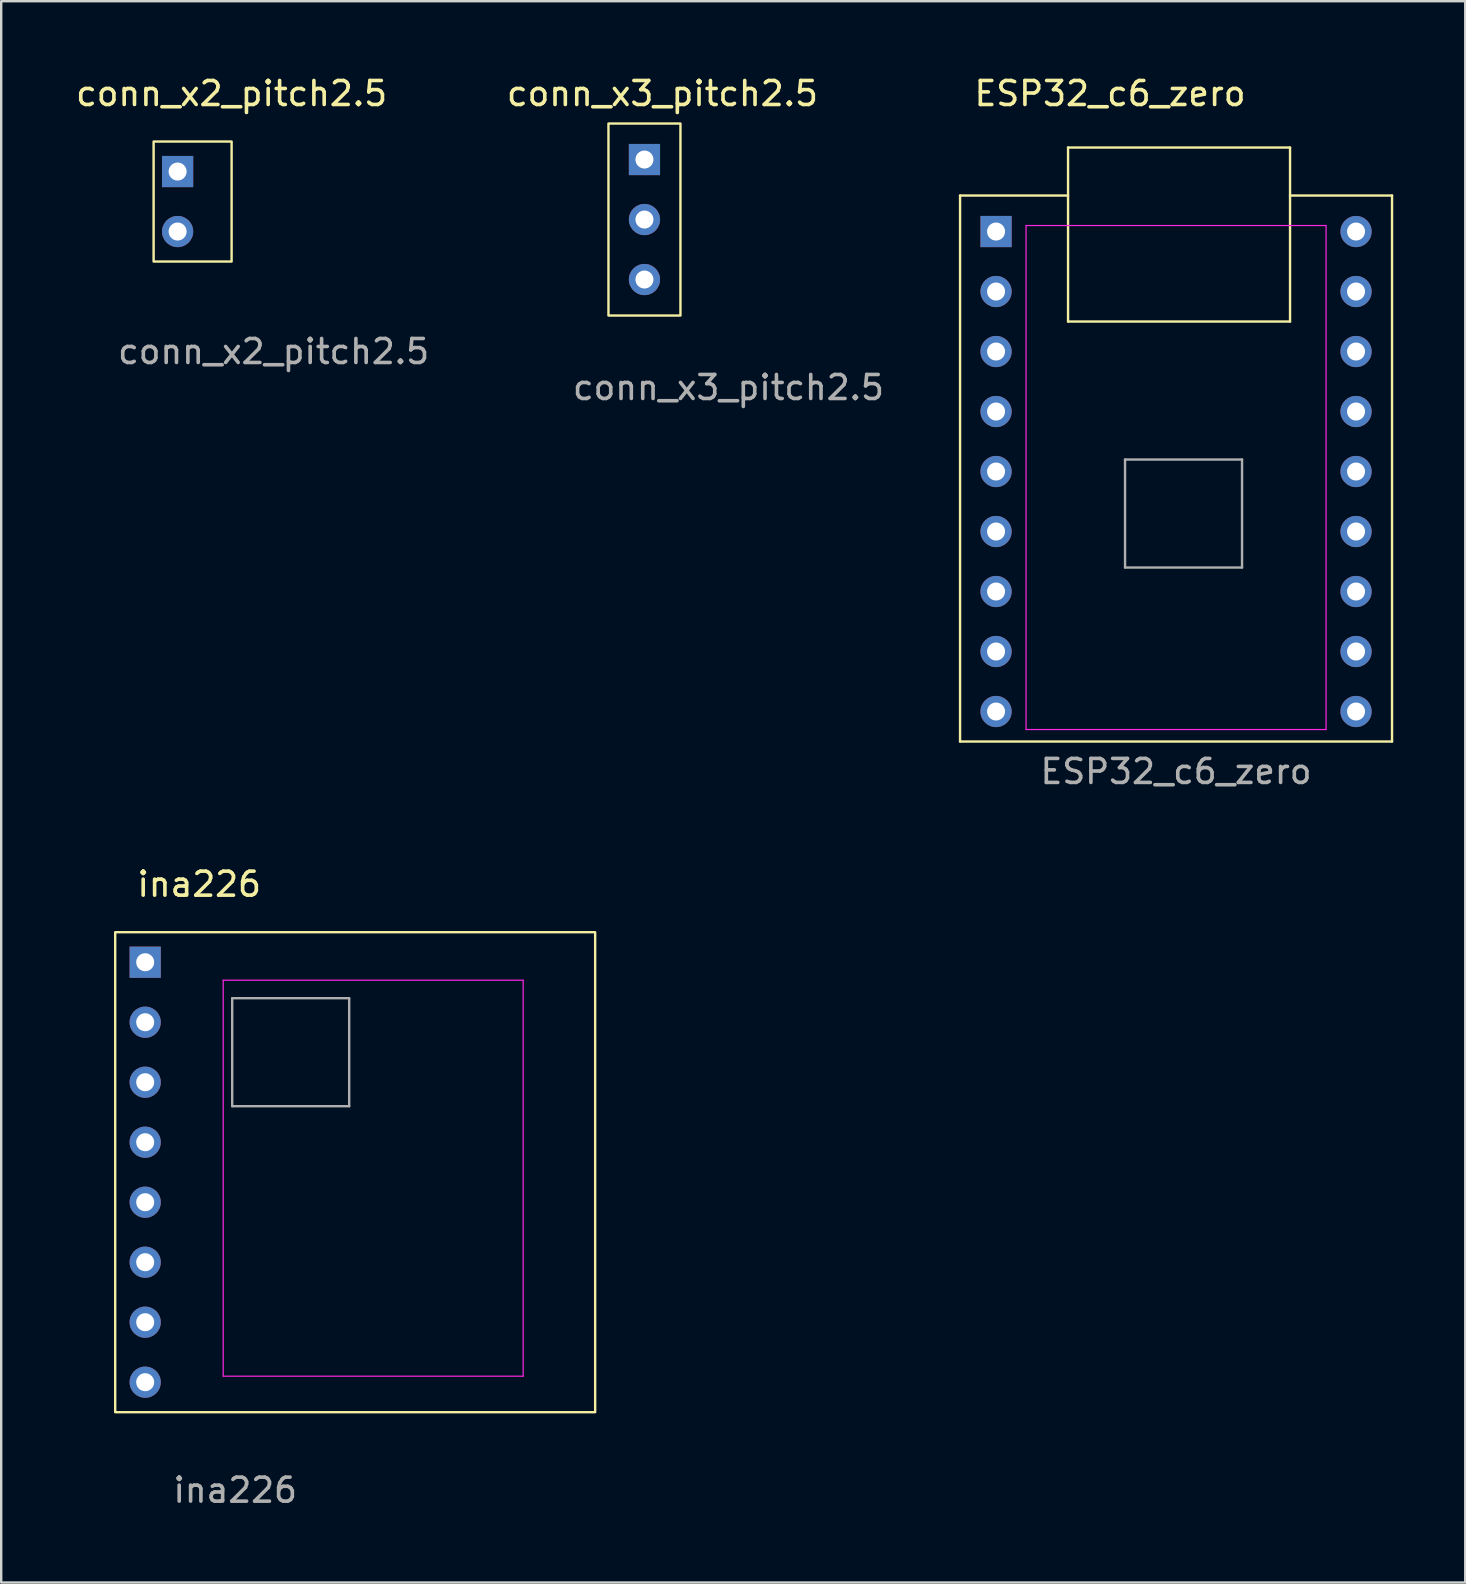
<source format=kicad_pcb>
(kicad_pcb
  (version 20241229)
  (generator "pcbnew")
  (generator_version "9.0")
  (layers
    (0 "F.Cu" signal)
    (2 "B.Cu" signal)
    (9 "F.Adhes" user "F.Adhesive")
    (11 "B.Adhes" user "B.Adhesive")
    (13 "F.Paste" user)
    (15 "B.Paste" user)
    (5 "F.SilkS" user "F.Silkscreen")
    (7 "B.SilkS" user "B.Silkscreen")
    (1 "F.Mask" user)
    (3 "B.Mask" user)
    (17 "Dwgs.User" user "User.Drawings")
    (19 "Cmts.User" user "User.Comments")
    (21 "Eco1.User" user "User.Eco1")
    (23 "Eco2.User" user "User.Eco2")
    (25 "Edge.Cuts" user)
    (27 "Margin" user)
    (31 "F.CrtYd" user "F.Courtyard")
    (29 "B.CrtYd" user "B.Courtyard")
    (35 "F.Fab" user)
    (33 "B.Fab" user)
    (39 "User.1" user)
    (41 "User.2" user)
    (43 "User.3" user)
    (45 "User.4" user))
  (footprint "conn_x2_pitch2.5"
    (layer "F.Cu")
    (at 2.601 8.848)
    (property "Reference" "conn_x2_pitch2.5" (at 4 -8 0) (layer "F.SilkS") (effects (font (size 1 1) (thickness 0.15))))
    (attr through_hole)
    (fp_rect (start 0.75 -6) (end 4 -1) (stroke (width 0.1) (type default)) (fill no) (layer "F.SilkS"))
    (fp_text user "${REFERENCE}" (at 5.75 2.75 0) (layer "F.Fab") (effects (font (size 1 1) (thickness 0.15))))
    (pad "1" thru_hole rect (at 1.75 -4.75) (size 1.3 1.3) (drill 0.75) (layers "*.Cu" "*.Mask"))
    (pad "2" thru_hole circle (at 1.75 -2.25) (size 1.3 1.3) (drill 0.75) (layers "*.Cu" "*.Mask")))
  (footprint "ina226"
    (layer "F.Cu")
    (at 0.25 46.045)
    (property "Reference" "ina226" (at 5 -12.25 0) (layer "F.SilkS") (effects (font (size 1 1) (thickness 0.15))))
    (attr through_hole)
    (fp_rect (start 1.5 -10.25) (end 21.5 9.75) (stroke (width 0.1) (type default)) (fill no) (layer "F.SilkS"))
    (fp_line (start 6 -8.25) (end 6 8.25) (stroke (width 0.05) (type solid)) (layer "F.CrtYd"))
    (fp_line (start 6 -8.25) (end 18.5 -8.25) (stroke (width 0.05) (type solid)) (layer "F.CrtYd"))
    (fp_line (start 18.5 -8.25) (end 18.5 8.25) (stroke (width 0.05) (type solid)) (layer "F.CrtYd"))
    (fp_line (start 18.5 8.25) (end 6 8.25) (stroke (width 0.05) (type solid)) (layer "F.CrtYd"))
    (fp_line (start 6.375 -7.5) (end 6.375 -3) (stroke (width 0.1) (type default)) (layer "F.Fab"))
    (fp_line (start 6.375 -3) (end 11.25 -3) (stroke (width 0.1) (type default)) (layer "F.Fab"))
    (fp_line (start 11.25 -7.5) (end 6.375 -7.5) (stroke (width 0.1) (type default)) (layer "F.Fab"))
    (fp_line (start 11.25 -3) (end 11.25 -7.5) (stroke (width 0.1) (type default)) (layer "F.Fab"))
    (fp_text user "${REFERENCE}" (at 6.5 13 0) (layer "F.Fab") (effects (font (size 1 1) (thickness 0.15))))
    (pad "1" thru_hole rect (at 2.75 -9) (size 1.3 1.3) (drill 0.75) (layers "*.Cu" "*.Mask"))
    (pad "2" thru_hole circle (at 2.75 -6.5) (size 1.3 1.3) (drill 0.75) (layers "*.Cu" "*.Mask"))
    (pad "3" thru_hole circle (at 2.75 -4) (size 1.3 1.3) (drill 0.75) (layers "*.Cu" "*.Mask"))
    (pad "4" thru_hole circle (at 2.75 -1.5) (size 1.3 1.3) (drill 0.75) (layers "*.Cu" "*.Mask"))
    (pad "5" thru_hole circle (at 2.75 1) (size 1.3 1.3) (drill 0.75) (layers "*.Cu" "*.Mask"))
    (pad "6" thru_hole circle (at 2.75 3.5) (size 1.3 1.3) (drill 0.75) (layers "*.Cu" "*.Mask"))
    (pad "7" thru_hole circle (at 2.75 6) (size 1.3 1.3) (drill 0.75) (layers "*.Cu" "*.Mask"))
    (pad "8" thru_hole circle (at 2.75 8.5) (size 1.3 1.3) (drill 0.75) (layers "*.Cu" "*.Mask")))
  (footprint "ESP32_c6_zero"
    (layer "F.Cu")
    (at 40.955 14.098)
    (property "Reference" "ESP32_c6_zero" (at 2.25 -13.25 0) (layer "F.SilkS") (effects (font (size 1 1) (thickness 0.15))))
    (attr through_hole)
    (fp_line (start -4 -9) (end 0.5 -9) (stroke (width 0.1) (type default)) (layer "F.SilkS"))
    (fp_line (start -4 13.75) (end -4 -9) (stroke (width 0.1) (type default)) (layer "F.SilkS"))
    (fp_line (start 0.5 -11) (end 9.75 -11) (stroke (width 0.1) (type default)) (layer "F.SilkS"))
    (fp_line (start 0.5 -3.75) (end 0.5 -11) (stroke (width 0.1) (type default)) (layer "F.SilkS"))
    (fp_line (start 9.75 -11) (end 9.75 -3.75) (stroke (width 0.1) (type default)) (layer "F.SilkS"))
    (fp_line (start 9.75 -9) (end 14 -9) (stroke (width 0.1) (type default)) (layer "F.SilkS"))
    (fp_line (start 9.75 -3.75) (end 0.5 -3.75) (stroke (width 0.1) (type default)) (layer "F.SilkS"))
    (fp_line (start 14 -9) (end 14 13.75) (stroke (width 0.1) (type default)) (layer "F.SilkS"))
    (fp_line (start 14 13.75) (end -4 13.75) (stroke (width 0.1) (type default)) (layer "F.SilkS"))
    (fp_line (start -1.25 -7.75) (end -1.25 13.25) (stroke (width 0.05) (type solid)) (layer "F.CrtYd"))
    (fp_line (start -1.25 -7.75) (end 11.25 -7.75) (stroke (width 0.05) (type solid)) (layer "F.CrtYd"))
    (fp_line (start 11.25 -7.75) (end 11.25 13.25) (stroke (width 0.05) (type solid)) (layer "F.CrtYd"))
    (fp_line (start 11.25 13.25) (end -1.25 13.25) (stroke (width 0.05) (type solid)) (layer "F.CrtYd"))
    (fp_line (start 2.875 2) (end 2.875 6.5) (stroke (width 0.1) (type default)) (layer "F.Fab"))
    (fp_line (start 2.875 6.5) (end 7.75 6.5) (stroke (width 0.1) (type default)) (layer "F.Fab"))
    (fp_line (start 7.75 2) (end 2.875 2) (stroke (width 0.1) (type default)) (layer "F.Fab"))
    (fp_line (start 7.75 6.5) (end 7.75 2) (stroke (width 0.1) (type default)) (layer "F.Fab"))
    (fp_text user "${REFERENCE}" (at 5 15 0) (layer "F.Fab") (effects (font (size 1 1) (thickness 0.15))))
    (pad "1" thru_hole rect (at -2.5 -7.5) (size 1.3 1.3) (drill 0.75) (layers "*.Cu" "*.Mask"))
    (pad "2" thru_hole circle (at -2.5 -5) (size 1.3 1.3) (drill 0.75) (layers "*.Cu" "*.Mask"))
    (pad "3" thru_hole circle (at -2.5 -2.5) (size 1.3 1.3) (drill 0.75) (layers "*.Cu" "*.Mask"))
    (pad "4" thru_hole circle (at -2.5 0) (size 1.3 1.3) (drill 0.75) (layers "*.Cu" "*.Mask"))
    (pad "5" thru_hole circle (at -2.5 2.5) (size 1.3 1.3) (drill 0.75) (layers "*.Cu" "*.Mask"))
    (pad "6" thru_hole circle (at -2.5 5) (size 1.3 1.3) (drill 0.75) (layers "*.Cu" "*.Mask"))
    (pad "7" thru_hole circle (at -2.5 7.5) (size 1.3 1.3) (drill 0.75) (layers "*.Cu" "*.Mask"))
    (pad "8" thru_hole circle (at -2.5 10) (size 1.3 1.3) (drill 0.75) (layers "*.Cu" "*.Mask"))
    (pad "9" thru_hole circle (at -2.5 12.5) (size 1.3 1.3) (drill 0.75) (layers "*.Cu" "*.Mask"))
    (pad "10" thru_hole circle (at 12.5 12.5) (size 1.3 1.3) (drill 0.75) (layers "*.Cu" "*.Mask"))
    (pad "11" thru_hole circle (at 12.5 10) (size 1.3 1.3) (drill 0.75) (layers "*.Cu" "*.Mask"))
    (pad "12" thru_hole circle (at 12.5 7.5) (size 1.3 1.3) (drill 0.75) (layers "*.Cu" "*.Mask"))
    (pad "13" thru_hole circle (at 12.5 5) (size 1.3 1.3) (drill 0.75) (layers "*.Cu" "*.Mask"))
    (pad "14" thru_hole circle (at 12.5 2.5) (size 1.3 1.3) (drill 0.75) (layers "*.Cu" "*.Mask"))
    (pad "15" thru_hole circle (at 12.5 0) (size 1.3 1.3) (drill 0.75) (layers "*.Cu" "*.Mask"))
    (pad "16" thru_hole circle (at 12.5 -2.5) (size 1.3 1.3) (drill 0.75) (layers "*.Cu" "*.Mask"))
    (pad "17" thru_hole circle (at 12.5 -5) (size 1.3 1.3) (drill 0.75) (layers "*.Cu" "*.Mask"))
    (pad "18" thru_hole circle (at 12.5 -7.5) (size 1.3 1.3) (drill 0.75) (layers "*.Cu" "*.Mask")))
  (footprint "conn_x3_pitch2.5"
    (layer "F.Cu")
    (at 21.554 10.348)
    (property "Reference" "conn_x3_pitch2.5" (at 3 -9.5 0) (layer "F.SilkS") (effects (font (size 1 1) (thickness 0.15))))
    (attr through_hole)
    (fp_rect (start 0.75 -8.25) (end 3.75 -0.25) (stroke (width 0.1) (type default)) (fill no) (layer "F.SilkS"))
    (fp_text user "${REFERENCE}" (at 5.75 2.75 0) (layer "F.Fab") (effects (font (size 1 1) (thickness 0.15))))
    (pad "1" thru_hole rect (at 2.25 -6.75) (size 1.3 1.3) (drill 0.75) (layers "*.Cu" "*.Mask"))
    (pad "2" thru_hole circle (at 2.25 -4.25) (size 1.3 1.3) (drill 0.75) (layers "*.Cu" "*.Mask"))
    (pad "2" thru_hole circle (at 2.25 -1.75) (size 1.3 1.3) (drill 0.75) (layers "*.Cu" "*.Mask")))
  (gr_rect
    (start -3 -3)
    (end 58.005 62.893)
    (stroke (width 0.1) (type default))
    (fill no)
    (layer "Edge.Cuts")))
</source>
